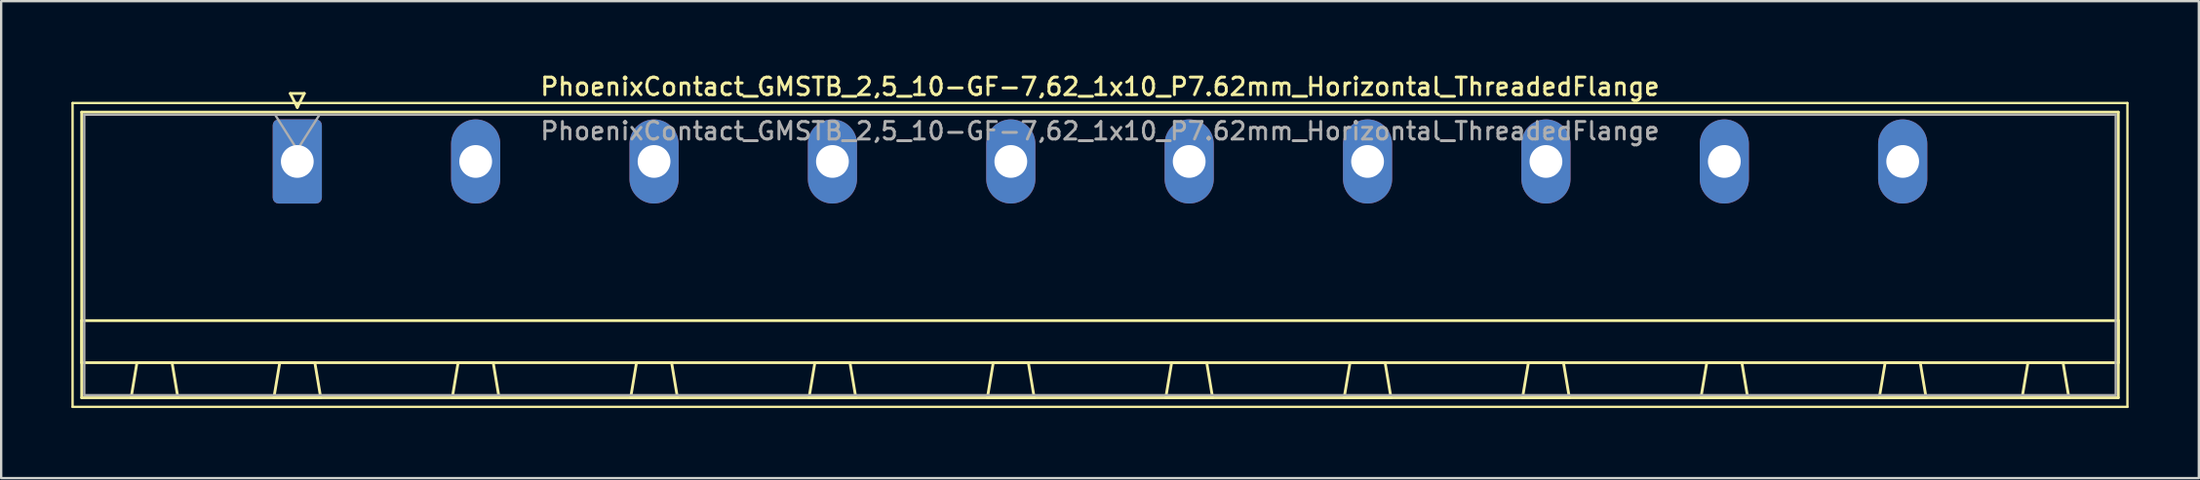
<source format=kicad_pcb>
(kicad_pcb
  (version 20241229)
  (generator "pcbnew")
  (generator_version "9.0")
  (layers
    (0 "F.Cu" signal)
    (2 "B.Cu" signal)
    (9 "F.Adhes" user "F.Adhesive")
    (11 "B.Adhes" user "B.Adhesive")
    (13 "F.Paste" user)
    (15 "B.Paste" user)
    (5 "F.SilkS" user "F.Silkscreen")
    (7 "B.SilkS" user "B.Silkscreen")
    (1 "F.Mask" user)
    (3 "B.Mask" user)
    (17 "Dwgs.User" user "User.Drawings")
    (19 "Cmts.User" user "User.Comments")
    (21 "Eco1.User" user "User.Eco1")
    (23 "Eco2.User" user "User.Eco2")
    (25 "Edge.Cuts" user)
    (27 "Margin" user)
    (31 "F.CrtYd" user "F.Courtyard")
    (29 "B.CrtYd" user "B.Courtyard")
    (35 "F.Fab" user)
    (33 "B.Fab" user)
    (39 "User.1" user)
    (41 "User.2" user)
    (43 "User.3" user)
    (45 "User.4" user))
  (footprint "PhoenixContact_GMSTB_2,5_10-GF-7,62_1x10_P7.62mm_Horizontal_ThreadedFlange"
    (layer "F.Cu")
    (at 9.65 3.858)
    (property "Reference" "PhoenixContact_GMSTB_2,5_10-GF-7,62_1x10_P7.62mm_Horizontal_ThreadedFlange" (at 34.29 -3.2 0) (layer "F.SilkS") (effects (font (size 0.75 0.75) (thickness 0.125))))
    (attr through_hole)
    (fp_line (start -9.6 -2.5) (end -9.6 10.5) (stroke (width 0.1) (type solid)) (layer "F.SilkS"))
    (fp_line (start -9.6 10.5) (end 78.18 10.5) (stroke (width 0.1) (type solid)) (layer "F.SilkS"))
    (fp_line (start -9.21 -2.11) (end -9.21 10.11) (stroke (width 0.12) (type solid)) (layer "F.SilkS"))
    (fp_line (start -9.21 6.81) (end 77.79 6.81) (stroke (width 0.12) (type solid)) (layer "F.SilkS"))
    (fp_line (start -9.21 8.61) (end -9.21 6.81) (stroke (width 0.12) (type solid)) (layer "F.SilkS"))
    (fp_line (start -9.21 10.11) (end 77.79 10.11) (stroke (width 0.12) (type solid)) (layer "F.SilkS"))
    (fp_line (start -7.1 10.11) (end -5.1 10.11) (stroke (width 0.12) (type solid)) (layer "F.SilkS"))
    (fp_line (start -6.85 8.61) (end -7.1 10.11) (stroke (width 0.12) (type solid)) (layer "F.SilkS"))
    (fp_line (start -5.35 8.61) (end -6.85 8.61) (stroke (width 0.12) (type solid)) (layer "F.SilkS"))
    (fp_line (start -5.1 10.11) (end -5.35 8.61) (stroke (width 0.12) (type solid)) (layer "F.SilkS"))
    (fp_line (start -1 10.11) (end 1 10.11) (stroke (width 0.12) (type solid)) (layer "F.SilkS"))
    (fp_line (start -0.75 8.61) (end -1 10.11) (stroke (width 0.12) (type solid)) (layer "F.SilkS"))
    (fp_line (start -0.3 -2.91) (end 0.3 -2.91) (stroke (width 0.12) (type solid)) (layer "F.SilkS"))
    (fp_line (start 0 -2.31) (end -0.3 -2.91) (stroke (width 0.12) (type solid)) (layer "F.SilkS"))
    (fp_line (start 0.3 -2.91) (end 0 -2.31) (stroke (width 0.12) (type solid)) (layer "F.SilkS"))
    (fp_line (start 0.75 8.61) (end -0.75 8.61) (stroke (width 0.12) (type solid)) (layer "F.SilkS"))
    (fp_line (start 1 10.11) (end 0.75 8.61) (stroke (width 0.12) (type solid)) (layer "F.SilkS"))
    (fp_line (start 6.62 10.11) (end 8.62 10.11) (stroke (width 0.12) (type solid)) (layer "F.SilkS"))
    (fp_line (start 6.87 8.61) (end 6.62 10.11) (stroke (width 0.12) (type solid)) (layer "F.SilkS"))
    (fp_line (start 8.37 8.61) (end 6.87 8.61) (stroke (width 0.12) (type solid)) (layer "F.SilkS"))
    (fp_line (start 8.62 10.11) (end 8.37 8.61) (stroke (width 0.12) (type solid)) (layer "F.SilkS"))
    (fp_line (start 14.24 10.11) (end 16.24 10.11) (stroke (width 0.12) (type solid)) (layer "F.SilkS"))
    (fp_line (start 14.49 8.61) (end 14.24 10.11) (stroke (width 0.12) (type solid)) (layer "F.SilkS"))
    (fp_line (start 15.99 8.61) (end 14.49 8.61) (stroke (width 0.12) (type solid)) (layer "F.SilkS"))
    (fp_line (start 16.24 10.11) (end 15.99 8.61) (stroke (width 0.12) (type solid)) (layer "F.SilkS"))
    (fp_line (start 21.86 10.11) (end 23.86 10.11) (stroke (width 0.12) (type solid)) (layer "F.SilkS"))
    (fp_line (start 22.11 8.61) (end 21.86 10.11) (stroke (width 0.12) (type solid)) (layer "F.SilkS"))
    (fp_line (start 23.61 8.61) (end 22.11 8.61) (stroke (width 0.12) (type solid)) (layer "F.SilkS"))
    (fp_line (start 23.86 10.11) (end 23.61 8.61) (stroke (width 0.12) (type solid)) (layer "F.SilkS"))
    (fp_line (start 29.48 10.11) (end 31.48 10.11) (stroke (width 0.12) (type solid)) (layer "F.SilkS"))
    (fp_line (start 29.73 8.61) (end 29.48 10.11) (stroke (width 0.12) (type solid)) (layer "F.SilkS"))
    (fp_line (start 31.23 8.61) (end 29.73 8.61) (stroke (width 0.12) (type solid)) (layer "F.SilkS"))
    (fp_line (start 31.48 10.11) (end 31.23 8.61) (stroke (width 0.12) (type solid)) (layer "F.SilkS"))
    (fp_line (start 37.1 10.11) (end 39.1 10.11) (stroke (width 0.12) (type solid)) (layer "F.SilkS"))
    (fp_line (start 37.35 8.61) (end 37.1 10.11) (stroke (width 0.12) (type solid)) (layer "F.SilkS"))
    (fp_line (start 38.85 8.61) (end 37.35 8.61) (stroke (width 0.12) (type solid)) (layer "F.SilkS"))
    (fp_line (start 39.1 10.11) (end 38.85 8.61) (stroke (width 0.12) (type solid)) (layer "F.SilkS"))
    (fp_line (start 44.72 10.11) (end 46.72 10.11) (stroke (width 0.12) (type solid)) (layer "F.SilkS"))
    (fp_line (start 44.97 8.61) (end 44.72 10.11) (stroke (width 0.12) (type solid)) (layer "F.SilkS"))
    (fp_line (start 46.47 8.61) (end 44.97 8.61) (stroke (width 0.12) (type solid)) (layer "F.SilkS"))
    (fp_line (start 46.72 10.11) (end 46.47 8.61) (stroke (width 0.12) (type solid)) (layer "F.SilkS"))
    (fp_line (start 52.34 10.11) (end 54.34 10.11) (stroke (width 0.12) (type solid)) (layer "F.SilkS"))
    (fp_line (start 52.59 8.61) (end 52.34 10.11) (stroke (width 0.12) (type solid)) (layer "F.SilkS"))
    (fp_line (start 54.09 8.61) (end 52.59 8.61) (stroke (width 0.12) (type solid)) (layer "F.SilkS"))
    (fp_line (start 54.34 10.11) (end 54.09 8.61) (stroke (width 0.12) (type solid)) (layer "F.SilkS"))
    (fp_line (start 59.96 10.11) (end 61.96 10.11) (stroke (width 0.12) (type solid)) (layer "F.SilkS"))
    (fp_line (start 60.21 8.61) (end 59.96 10.11) (stroke (width 0.12) (type solid)) (layer "F.SilkS"))
    (fp_line (start 61.71 8.61) (end 60.21 8.61) (stroke (width 0.12) (type solid)) (layer "F.SilkS"))
    (fp_line (start 61.96 10.11) (end 61.71 8.61) (stroke (width 0.12) (type solid)) (layer "F.SilkS"))
    (fp_line (start 67.58 10.11) (end 69.58 10.11) (stroke (width 0.12) (type solid)) (layer "F.SilkS"))
    (fp_line (start 67.83 8.61) (end 67.58 10.11) (stroke (width 0.12) (type solid)) (layer "F.SilkS"))
    (fp_line (start 69.33 8.61) (end 67.83 8.61) (stroke (width 0.12) (type solid)) (layer "F.SilkS"))
    (fp_line (start 69.58 10.11) (end 69.33 8.61) (stroke (width 0.12) (type solid)) (layer "F.SilkS"))
    (fp_line (start 73.68 10.11) (end 75.68 10.11) (stroke (width 0.12) (type solid)) (layer "F.SilkS"))
    (fp_line (start 73.93 8.61) (end 73.68 10.11) (stroke (width 0.12) (type solid)) (layer "F.SilkS"))
    (fp_line (start 75.43 8.61) (end 73.93 8.61) (stroke (width 0.12) (type solid)) (layer "F.SilkS"))
    (fp_line (start 75.68 10.11) (end 75.43 8.61) (stroke (width 0.12) (type solid)) (layer "F.SilkS"))
    (fp_line (start 77.79 -2.11) (end -9.21 -2.11) (stroke (width 0.12) (type solid)) (layer "F.SilkS"))
    (fp_line (start 77.79 6.81) (end 77.79 8.61) (stroke (width 0.12) (type solid)) (layer "F.SilkS"))
    (fp_line (start 77.79 8.61) (end -9.21 8.61) (stroke (width 0.12) (type solid)) (layer "F.SilkS"))
    (fp_line (start 77.79 10.11) (end 77.79 -2.11) (stroke (width 0.12) (type solid)) (layer "F.SilkS"))
    (fp_line (start 78.18 -2.5) (end -9.6 -2.5) (stroke (width 0.1) (type solid)) (layer "F.SilkS"))
    (fp_line (start 78.18 10.5) (end 78.18 -2.5) (stroke (width 0.1) (type solid)) (layer "F.SilkS"))
    (fp_line (start -9.1 -2) (end -9.1 10) (stroke (width 0.1) (type solid)) (layer "F.Fab"))
    (fp_line (start -9.1 10) (end 77.68 10) (stroke (width 0.1) (type solid)) (layer "F.Fab"))
    (fp_line (start 0 -0.5) (end -0.95 -2) (stroke (width 0.1) (type solid)) (layer "F.Fab"))
    (fp_line (start 0.95 -2) (end 0 -0.5) (stroke (width 0.1) (type solid)) (layer "F.Fab"))
    (fp_line (start 77.68 -2) (end -9.1 -2) (stroke (width 0.1) (type solid)) (layer "F.Fab"))
    (fp_line (start 77.68 10) (end 77.68 -2) (stroke (width 0.1) (type solid)) (layer "F.Fab"))
    (fp_text user "${REFERENCE}" (at 34.29 -1.3 0) (layer "F.Fab") (effects (font (size 0.75 0.75) (thickness 0.125))))
    (pad "1" thru_hole roundrect (at 0 0) (size 2.1 3.6) (drill 1.4) (layers "*.Cu" "*.Mask") (roundrect_rratio 0.119))
    (pad "2" thru_hole oval (at 7.62 0) (size 2.1 3.6) (drill 1.4) (layers "*.Cu" "*.Mask"))
    (pad "3" thru_hole oval (at 15.24 0) (size 2.1 3.6) (drill 1.4) (layers "*.Cu" "*.Mask"))
    (pad "4" thru_hole oval (at 22.86 0) (size 2.1 3.6) (drill 1.4) (layers "*.Cu" "*.Mask"))
    (pad "5" thru_hole oval (at 30.48 0) (size 2.1 3.6) (drill 1.4) (layers "*.Cu" "*.Mask"))
    (pad "6" thru_hole oval (at 38.1 0) (size 2.1 3.6) (drill 1.4) (layers "*.Cu" "*.Mask"))
    (pad "7" thru_hole oval (at 45.72 0) (size 2.1 3.6) (drill 1.4) (layers "*.Cu" "*.Mask"))
    (pad "8" thru_hole oval (at 53.34 0) (size 2.1 3.6) (drill 1.4) (layers "*.Cu" "*.Mask"))
    (pad "9" thru_hole oval (at 60.96 0) (size 2.1 3.6) (drill 1.4) (layers "*.Cu" "*.Mask"))
    (pad "10" thru_hole oval (at 68.58 0) (size 2.1 3.6) (drill 1.4) (layers "*.Cu" "*.Mask")))
  (gr_rect
    (start -3 -3)
    (end 90.88 17.408)
    (stroke (width 0.1) (type default))
    (fill no)
    (layer "Edge.Cuts")))
</source>
